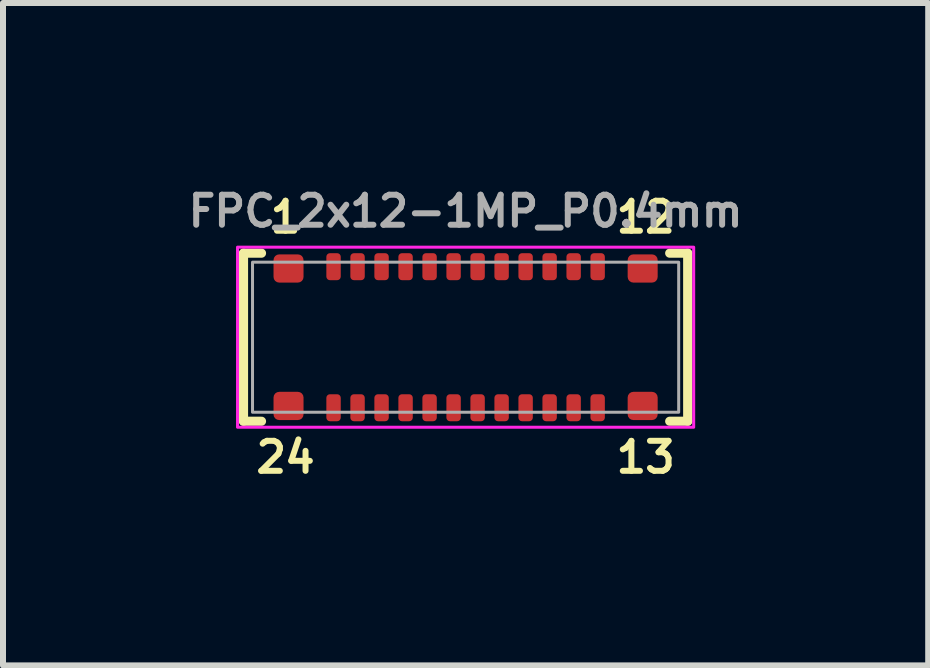
<source format=kicad_pcb>
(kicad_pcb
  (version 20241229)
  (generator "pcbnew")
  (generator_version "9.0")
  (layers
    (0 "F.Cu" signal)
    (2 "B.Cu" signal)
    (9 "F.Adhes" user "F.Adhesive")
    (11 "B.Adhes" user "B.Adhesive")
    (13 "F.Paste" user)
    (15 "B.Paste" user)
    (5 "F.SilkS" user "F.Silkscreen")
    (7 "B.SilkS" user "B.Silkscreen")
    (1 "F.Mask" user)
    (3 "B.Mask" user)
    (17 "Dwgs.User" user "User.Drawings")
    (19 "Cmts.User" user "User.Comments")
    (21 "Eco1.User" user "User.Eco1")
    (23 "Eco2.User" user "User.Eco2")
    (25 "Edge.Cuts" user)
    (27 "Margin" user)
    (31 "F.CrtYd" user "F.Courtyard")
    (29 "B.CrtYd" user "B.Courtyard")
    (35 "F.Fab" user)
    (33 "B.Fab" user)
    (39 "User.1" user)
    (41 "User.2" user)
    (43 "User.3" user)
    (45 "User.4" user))
  (footprint "FPC_2x12-1MP_P0.4mm"
    (layer "F.Cu")
    (at 4.707 2.568)
    (property "Reference" "FPC_2x12-1MP_P0.4mm" (at 0 -2.1 0) (unlocked yes) (layer "F.Fab") (effects (font (size 0.5 0.5) (thickness 0.1))))
    (attr smd)
    (fp_line (start -3.7 1.4) (end -3.7 -1.4) (stroke (width 0.152) (type default)) (layer "F.SilkS"))
    (fp_line (start -3.4 -1.4) (end -3.7 -1.4) (stroke (width 0.152) (type default)) (layer "F.SilkS"))
    (fp_line (start -3.4 1.4) (end -3.7 1.4) (stroke (width 0.152) (type default)) (layer "F.SilkS"))
    (fp_line (start 3.4 -1.4) (end 3.7 -1.4) (stroke (width 0.152) (type default)) (layer "F.SilkS"))
    (fp_line (start 3.4 1.4) (end 3.7 1.4) (stroke (width 0.152) (type default)) (layer "F.SilkS"))
    (fp_line (start 3.7 -1.4) (end 3.7 1.4) (stroke (width 0.152) (type default)) (layer "F.SilkS"))
    (fp_rect (start -3.8 -1.5) (end 3.8 1.5) (stroke (width 0.05) (type default)) (fill no) (layer "F.CrtYd"))
    (fp_rect (start -3.55 -1.25) (end 3.55 1.25) (stroke (width 0.05) (type default)) (fill no) (layer "F.Fab"))
    (fp_text user "13" (at 3 2 0) (unlocked yes) (layer "F.SilkS") (effects (font (size 0.5 0.5) (thickness 0.1))))
    (fp_text user "12" (at 3 -2 0) (unlocked yes) (layer "F.SilkS") (effects (font (size 0.5 0.5) (thickness 0.1))))
    (fp_text user "24" (at -3 2 0) (unlocked yes) (layer "F.SilkS") (effects (font (size 0.5 0.5) (thickness 0.1))))
    (fp_text user "1" (at -3 -2 0) (unlocked yes) (layer "F.SilkS") (effects (font (size 0.5 0.5) (thickness 0.1))))
    (pad "1" smd roundrect (at -2.2 -1.175 180) (size 0.24 0.45) (layers "F.Cu" "F.Mask" "F.Paste") (roundrect_rratio 0.25))
    (pad "2" smd roundrect (at -1.8 -1.175 180) (size 0.24 0.45) (layers "F.Cu" "F.Mask" "F.Paste") (roundrect_rratio 0.25))
    (pad "3" smd roundrect (at -1.4 -1.175 180) (size 0.24 0.45) (layers "F.Cu" "F.Mask" "F.Paste") (roundrect_rratio 0.25))
    (pad "4" smd roundrect (at -1 -1.175 180) (size 0.24 0.45) (layers "F.Cu" "F.Mask" "F.Paste") (roundrect_rratio 0.25))
    (pad "5" smd roundrect (at -0.6 -1.175 180) (size 0.24 0.45) (layers "F.Cu" "F.Mask" "F.Paste") (roundrect_rratio 0.25))
    (pad "6" smd roundrect (at -0.2 -1.175 180) (size 0.24 0.45) (layers "F.Cu" "F.Mask" "F.Paste") (roundrect_rratio 0.25))
    (pad "7" smd roundrect (at 0.2 -1.175 180) (size 0.24 0.45) (layers "F.Cu" "F.Mask" "F.Paste") (roundrect_rratio 0.25))
    (pad "8" smd roundrect (at 0.6 -1.175 180) (size 0.24 0.45) (layers "F.Cu" "F.Mask" "F.Paste") (roundrect_rratio 0.25))
    (pad "9" smd roundrect (at 1 -1.175 180) (size 0.24 0.45) (layers "F.Cu" "F.Mask" "F.Paste") (roundrect_rratio 0.25))
    (pad "10" smd roundrect (at 1.4 -1.175 180) (size 0.24 0.45) (layers "F.Cu" "F.Mask" "F.Paste") (roundrect_rratio 0.25))
    (pad "11" smd roundrect (at 1.8 -1.175 180) (size 0.24 0.45) (layers "F.Cu" "F.Mask" "F.Paste") (roundrect_rratio 0.25))
    (pad "12" smd roundrect (at 2.2 -1.175 180) (size 0.24 0.45) (layers "F.Cu" "F.Mask" "F.Paste") (roundrect_rratio 0.25))
    (pad "13" smd roundrect (at 2.2 1.175 180) (size 0.24 0.45) (layers "F.Cu" "F.Mask" "F.Paste") (roundrect_rratio 0.25))
    (pad "14" smd roundrect (at 1.8 1.175 180) (size 0.24 0.45) (layers "F.Cu" "F.Mask" "F.Paste") (roundrect_rratio 0.25))
    (pad "15" smd roundrect (at 1.4 1.175 180) (size 0.24 0.45) (layers "F.Cu" "F.Mask" "F.Paste") (roundrect_rratio 0.25))
    (pad "16" smd roundrect (at 1 1.175 180) (size 0.24 0.45) (layers "F.Cu" "F.Mask" "F.Paste") (roundrect_rratio 0.25))
    (pad "17" smd roundrect (at 0.6 1.175 180) (size 0.24 0.45) (layers "F.Cu" "F.Mask" "F.Paste") (roundrect_rratio 0.25))
    (pad "18" smd roundrect (at 0.2 1.175 180) (size 0.24 0.45) (layers "F.Cu" "F.Mask" "F.Paste") (roundrect_rratio 0.25))
    (pad "19" smd roundrect (at -0.2 1.175 180) (size 0.24 0.45) (layers "F.Cu" "F.Mask" "F.Paste") (roundrect_rratio 0.25))
    (pad "20" smd roundrect (at -0.6 1.175 180) (size 0.24 0.45) (layers "F.Cu" "F.Mask" "F.Paste") (roundrect_rratio 0.25))
    (pad "21" smd roundrect (at -1 1.175 180) (size 0.24 0.45) (layers "F.Cu" "F.Mask" "F.Paste") (roundrect_rratio 0.25))
    (pad "22" smd roundrect (at -1.4 1.175 180) (size 0.24 0.45) (layers "F.Cu" "F.Mask" "F.Paste") (roundrect_rratio 0.25))
    (pad "23" smd roundrect (at -1.8 1.175 180) (size 0.24 0.45) (layers "F.Cu" "F.Mask" "F.Paste") (roundrect_rratio 0.25))
    (pad "24" smd roundrect (at -2.2 1.175 180) (size 0.24 0.45) (layers "F.Cu" "F.Mask" "F.Paste") (roundrect_rratio 0.25))
    (pad "M1" smd roundrect (at 2.95 1.145 180) (size 0.5 0.47) (layers "F.Cu" "F.Mask" "F.Paste") (roundrect_rratio 0.2))
    (pad "M2" smd roundrect (at 2.95 -1.145 180) (size 0.5 0.47) (layers "F.Cu" "F.Mask" "F.Paste") (roundrect_rratio 0.2))
    (pad "M3" smd roundrect (at -2.95 -1.145 180) (size 0.5 0.47) (layers "F.Cu" "F.Mask" "F.Paste") (roundrect_rratio 0.2))
    (pad "M4" smd roundrect (at -2.95 1.145 180) (size 0.5 0.47) (layers "F.Cu" "F.Mask" "F.Paste") (roundrect_rratio 0.2))
    (zone (net_name "") (layers "F.Cu" "F.CrtYd") (hatch edge 0.5) (connect_pads) (min_thickness 0.25) (filled_areas_thickness no) (keepout (tracks not_allowed) (vias not_allowed) (pads not_allowed) (copperpour not_allowed) (footprints allowed)) (placement (enabled no)) (fill) (polygon (pts (xy 2.332 1.618) (xy 2.332 2.368) (xy 2.682 2.368) (xy 2.682 1.618))))
    (zone (net_name "") (layers "F.Cu" "F.CrtYd") (hatch edge 0.5) (connect_pads) (min_thickness 0.25) (filled_areas_thickness no) (keepout (tracks not_allowed) (vias not_allowed) (pads not_allowed) (copperpour not_allowed) (footprints allowed)) (placement (enabled no)) (fill) (polygon (pts (xy 2.332 2.768) (xy 2.332 3.518) (xy 2.682 3.518) (xy 2.682 2.768))))
    (zone (net_name "") (layers "F.Cu" "F.CrtYd") (hatch edge 0.5) (connect_pads) (min_thickness 0.25) (filled_areas_thickness no) (keepout (tracks not_allowed) (vias not_allowed) (pads not_allowed) (copperpour not_allowed) (footprints allowed)) (placement (enabled no)) (fill) (polygon (pts (xy 2.732 1.618) (xy 2.732 2.368) (xy 3.082 2.368) (xy 3.082 1.618))))
    (zone (net_name "") (layers "F.Cu" "F.CrtYd") (hatch edge 0.5) (connect_pads) (min_thickness 0.25) (filled_areas_thickness no) (keepout (tracks not_allowed) (vias not_allowed) (pads not_allowed) (copperpour not_allowed) (footprints allowed)) (placement (enabled no)) (fill) (polygon (pts (xy 2.732 2.768) (xy 2.732 3.518) (xy 3.082 3.518) (xy 3.082 2.768))))
    (zone (net_name "") (layers "F.Cu" "F.CrtYd") (hatch edge 0.5) (connect_pads) (min_thickness 0.25) (filled_areas_thickness no) (keepout (tracks not_allowed) (vias not_allowed) (pads not_allowed) (copperpour not_allowed) (footprints allowed)) (placement (enabled no)) (fill) (polygon (pts (xy 3.132 1.618) (xy 3.132 2.368) (xy 3.482 2.368) (xy 3.482 1.618))))
    (zone (net_name "") (layers "F.Cu" "F.CrtYd") (hatch edge 0.5) (connect_pads) (min_thickness 0.25) (filled_areas_thickness no) (keepout (tracks not_allowed) (vias not_allowed) (pads not_allowed) (copperpour not_allowed) (footprints allowed)) (placement (enabled no)) (fill) (polygon (pts (xy 3.132 2.768) (xy 3.132 3.518) (xy 3.482 3.518) (xy 3.482 2.768))))
    (zone (net_name "") (layers "F.Cu" "F.CrtYd") (hatch edge 0.5) (connect_pads) (min_thickness 0.25) (filled_areas_thickness no) (keepout (tracks not_allowed) (vias not_allowed) (pads not_allowed) (copperpour not_allowed) (footprints allowed)) (placement (enabled no)) (fill) (polygon (pts (xy 3.532 1.618) (xy 3.532 2.368) (xy 3.882 2.368) (xy 3.882 1.618))))
    (zone (net_name "") (layers "F.Cu" "F.CrtYd") (hatch edge 0.5) (connect_pads) (min_thickness 0.25) (filled_areas_thickness no) (keepout (tracks not_allowed) (vias not_allowed) (pads not_allowed) (copperpour not_allowed) (footprints allowed)) (placement (enabled no)) (fill) (polygon (pts (xy 3.532 2.768) (xy 3.532 3.518) (xy 3.882 3.518) (xy 3.882 2.768))))
    (zone (net_name "") (layers "F.Cu" "F.CrtYd") (hatch edge 0.5) (connect_pads) (min_thickness 0.25) (filled_areas_thickness no) (keepout (tracks not_allowed) (vias not_allowed) (pads not_allowed) (copperpour not_allowed) (footprints allowed)) (placement (enabled no)) (fill) (polygon (pts (xy 3.932 1.618) (xy 3.932 2.368) (xy 4.282 2.368) (xy 4.282 1.618))))
    (zone (net_name "") (layers "F.Cu" "F.CrtYd") (hatch edge 0.5) (connect_pads) (min_thickness 0.25) (filled_areas_thickness no) (keepout (tracks not_allowed) (vias not_allowed) (pads not_allowed) (copperpour not_allowed) (footprints allowed)) (placement (enabled no)) (fill) (polygon (pts (xy 3.932 2.768) (xy 3.932 3.518) (xy 4.282 3.518) (xy 4.282 2.768))))
    (zone (net_name "") (layers "F.Cu" "F.CrtYd") (hatch edge 0.5) (connect_pads) (min_thickness 0.25) (filled_areas_thickness no) (keepout (tracks not_allowed) (vias not_allowed) (pads not_allowed) (copperpour not_allowed) (footprints allowed)) (placement (enabled no)) (fill) (polygon (pts (xy 4.332 1.618) (xy 4.332 2.368) (xy 4.682 2.368) (xy 4.682 1.618))))
    (zone (net_name "") (layers "F.Cu" "F.CrtYd") (hatch edge 0.5) (connect_pads) (min_thickness 0.25) (filled_areas_thickness no) (keepout (tracks not_allowed) (vias not_allowed) (pads not_allowed) (copperpour not_allowed) (footprints allowed)) (placement (enabled no)) (fill) (polygon (pts (xy 4.332 2.768) (xy 4.332 3.518) (xy 4.682 3.518) (xy 4.682 2.768))))
    (zone (net_name "") (layers "F.Cu" "F.CrtYd") (hatch edge 0.5) (connect_pads) (min_thickness 0.25) (filled_areas_thickness no) (keepout (tracks not_allowed) (vias not_allowed) (pads not_allowed) (copperpour not_allowed) (footprints allowed)) (placement (enabled no)) (fill) (polygon (pts (xy 4.732 1.618) (xy 4.732 2.368) (xy 5.082 2.368) (xy 5.082 1.618))))
    (zone (net_name "") (layers "F.Cu" "F.CrtYd") (hatch edge 0.5) (connect_pads) (min_thickness 0.25) (filled_areas_thickness no) (keepout (tracks not_allowed) (vias not_allowed) (pads not_allowed) (copperpour not_allowed) (footprints allowed)) (placement (enabled no)) (fill) (polygon (pts (xy 4.732 2.768) (xy 4.732 3.518) (xy 5.082 3.518) (xy 5.082 2.768))))
    (zone (net_name "") (layers "F.Cu" "F.CrtYd") (hatch edge 0.5) (connect_pads) (min_thickness 0.25) (filled_areas_thickness no) (keepout (tracks not_allowed) (vias not_allowed) (pads not_allowed) (copperpour not_allowed) (footprints allowed)) (placement (enabled no)) (fill) (polygon (pts (xy 5.132 1.618) (xy 5.132 2.368) (xy 5.482 2.368) (xy 5.482 1.618))))
    (zone (net_name "") (layers "F.Cu" "F.CrtYd") (hatch edge 0.5) (connect_pads) (min_thickness 0.25) (filled_areas_thickness no) (keepout (tracks not_allowed) (vias not_allowed) (pads not_allowed) (copperpour not_allowed) (footprints allowed)) (placement (enabled no)) (fill) (polygon (pts (xy 5.132 2.768) (xy 5.132 3.518) (xy 5.482 3.518) (xy 5.482 2.768))))
    (zone (net_name "") (layers "F.Cu" "F.CrtYd") (hatch edge 0.5) (connect_pads) (min_thickness 0.25) (filled_areas_thickness no) (keepout (tracks not_allowed) (vias not_allowed) (pads not_allowed) (copperpour not_allowed) (footprints allowed)) (placement (enabled no)) (fill) (polygon (pts (xy 5.532 1.618) (xy 5.532 2.368) (xy 5.882 2.368) (xy 5.882 1.618))))
    (zone (net_name "") (layers "F.Cu" "F.CrtYd") (hatch edge 0.5) (connect_pads) (min_thickness 0.25) (filled_areas_thickness no) (keepout (tracks not_allowed) (vias not_allowed) (pads not_allowed) (copperpour not_allowed) (footprints allowed)) (placement (enabled no)) (fill) (polygon (pts (xy 5.532 2.768) (xy 5.532 3.518) (xy 5.882 3.518) (xy 5.882 2.768))))
    (zone (net_name "") (layers "F.Cu" "F.CrtYd") (hatch edge 0.5) (connect_pads) (min_thickness 0.25) (filled_areas_thickness no) (keepout (tracks not_allowed) (vias not_allowed) (pads not_allowed) (copperpour not_allowed) (footprints allowed)) (placement (enabled no)) (fill) (polygon (pts (xy 5.932 1.618) (xy 5.932 2.368) (xy 6.282 2.368) (xy 6.282 1.618))))
    (zone (net_name "") (layers "F.Cu" "F.CrtYd") (hatch edge 0.5) (connect_pads) (min_thickness 0.25) (filled_areas_thickness no) (keepout (tracks not_allowed) (vias not_allowed) (pads not_allowed) (copperpour not_allowed) (footprints allowed)) (placement (enabled no)) (fill) (polygon (pts (xy 5.932 2.768) (xy 5.932 3.518) (xy 6.282 3.518) (xy 6.282 2.768))))
    (zone (net_name "") (layers "F.Cu" "F.CrtYd") (hatch edge 0.5) (connect_pads) (min_thickness 0.25) (filled_areas_thickness no) (keepout (tracks not_allowed) (vias not_allowed) (pads not_allowed) (copperpour not_allowed) (footprints allowed)) (placement (enabled no)) (fill) (polygon (pts (xy 6.332 1.618) (xy 6.332 2.368) (xy 6.682 2.368) (xy 6.682 1.618))))
    (zone (net_name "") (layers "F.Cu" "F.CrtYd") (hatch edge 0.5) (connect_pads) (min_thickness 0.25) (filled_areas_thickness no) (keepout (tracks not_allowed) (vias not_allowed) (pads not_allowed) (copperpour not_allowed) (footprints allowed)) (placement (enabled no)) (fill) (polygon (pts (xy 6.332 2.768) (xy 6.332 3.518) (xy 6.682 3.518) (xy 6.682 2.768))))
    (zone (net_name "") (layers "F.Cu" "F.CrtYd") (hatch edge 0.5) (connect_pads) (min_thickness 0.25) (filled_areas_thickness no) (keepout (tracks not_allowed) (vias not_allowed) (pads not_allowed) (copperpour not_allowed) (footprints allowed)) (placement (enabled no)) (fill) (polygon (pts (xy 6.732 1.618) (xy 6.732 2.368) (xy 7.082 2.368) (xy 7.082 1.618))))
    (zone (net_name "") (layers "F.Cu" "F.CrtYd") (hatch edge 0.5) (connect_pads) (min_thickness 0.25) (filled_areas_thickness no) (keepout (tracks not_allowed) (vias not_allowed) (pads not_allowed) (copperpour not_allowed) (footprints allowed)) (placement (enabled no)) (fill) (polygon (pts (xy 6.732 2.768) (xy 6.732 3.518) (xy 7.082 3.518) (xy 7.082 2.768)))))
  (gr_rect
    (start -3 -3)
    (end 12.414 8.036)
    (stroke (width 0.1) (type default))
    (fill no)
    (layer "Edge.Cuts")))
</source>
